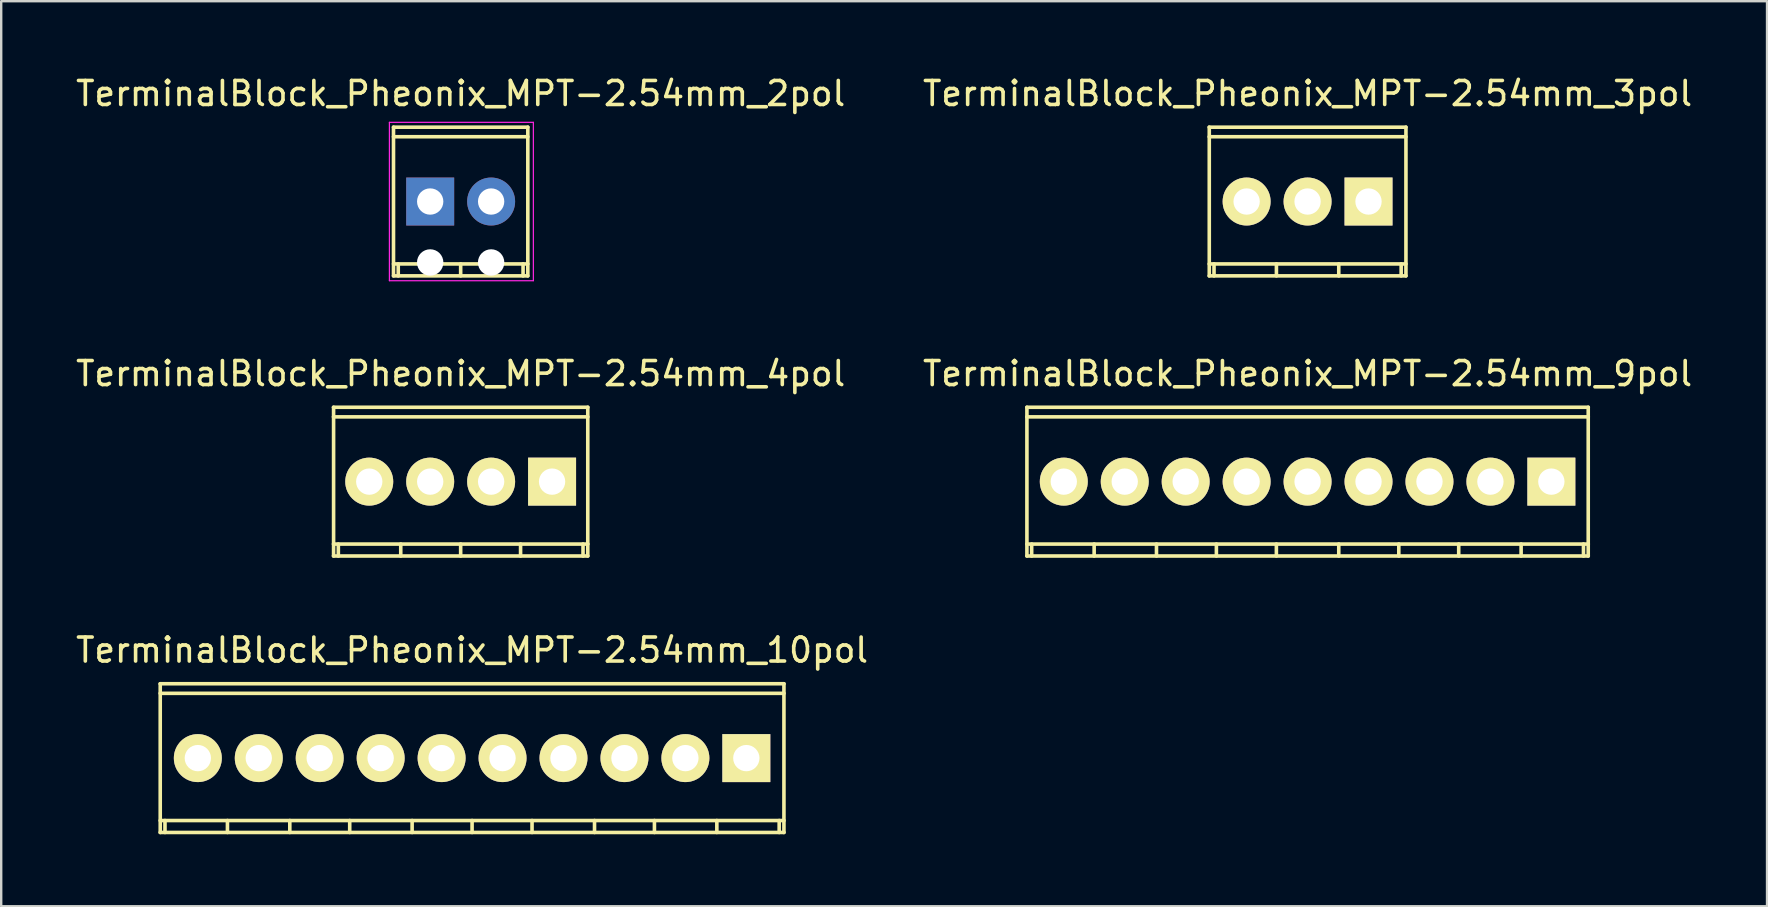
<source format=kicad_pcb>
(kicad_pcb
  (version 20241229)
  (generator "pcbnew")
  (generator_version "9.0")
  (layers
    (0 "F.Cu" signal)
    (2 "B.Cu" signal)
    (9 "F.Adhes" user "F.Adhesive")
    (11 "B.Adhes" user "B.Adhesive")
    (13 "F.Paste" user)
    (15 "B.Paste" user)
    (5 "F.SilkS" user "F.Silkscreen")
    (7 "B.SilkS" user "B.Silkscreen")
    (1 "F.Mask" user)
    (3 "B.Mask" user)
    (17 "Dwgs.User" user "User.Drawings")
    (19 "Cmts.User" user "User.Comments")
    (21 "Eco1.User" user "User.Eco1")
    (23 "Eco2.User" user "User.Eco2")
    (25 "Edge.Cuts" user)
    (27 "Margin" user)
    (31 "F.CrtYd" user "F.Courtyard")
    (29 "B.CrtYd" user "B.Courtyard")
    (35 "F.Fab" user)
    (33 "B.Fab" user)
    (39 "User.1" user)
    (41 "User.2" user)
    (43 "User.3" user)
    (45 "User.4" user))
  (footprint "TerminalBlock_Pheonix_MPT-2.54mm_3pol"
    (layer "F.Cu")
    (at 51.446 5.349)
    (property "Reference" "TerminalBlock_Pheonix_MPT-2.54mm_3pol" (at 0 -4.501 0) (layer "F.SilkS") (effects (font (size 1 1) (thickness 0.15))))
    (attr through_hole)
    (fp_line (start -4.1 3.099) (end 4.1 3.099) (stroke (width 0.15) (type solid)) (layer "F.SilkS"))
    (fp_line (start -4.097 -3.099) (end -4.097 3.099) (stroke (width 0.15) (type solid)) (layer "F.SilkS"))
    (fp_line (start -3.899 3.099) (end -3.899 2.601) (stroke (width 0.15) (type solid)) (layer "F.SilkS"))
    (fp_line (start -1.298 3.099) (end -1.298 2.601) (stroke (width 0.15) (type solid)) (layer "F.SilkS"))
    (fp_line (start 1.3 2.601) (end 1.3 3.099) (stroke (width 0.15) (type solid)) (layer "F.SilkS"))
    (fp_line (start 3.901 2.601) (end 3.901 3.099) (stroke (width 0.15) (type solid)) (layer "F.SilkS"))
    (fp_line (start 4.1 -3.099) (end -4.1 -3.099) (stroke (width 0.15) (type solid)) (layer "F.SilkS"))
    (fp_line (start 4.1 -2.7) (end -4.1 -2.7) (stroke (width 0.15) (type solid)) (layer "F.SilkS"))
    (fp_line (start 4.1 2.601) (end -4.1 2.601) (stroke (width 0.15) (type solid)) (layer "F.SilkS"))
    (fp_line (start 4.1 3.099) (end 4.1 -3.099) (stroke (width 0.15) (type solid)) (layer "F.SilkS"))
    (pad "1" thru_hole rect (at 2.54 0) (size 1.999 1.999) (drill 1.097) (layers "*.Cu" "*.Mask" "F.SilkS"))
    (pad "2" thru_hole oval (at 0 0) (size 1.999 1.999) (drill 1.097) (layers "*.Cu" "*.Mask" "F.SilkS"))
    (pad "3" thru_hole oval (at -2.54 0) (size 1.999 1.999) (drill 1.097) (layers "*.Cu" "*.Mask" "F.SilkS")))
  (footprint "TerminalBlock_Pheonix_MPT-2.54mm_9pol"
    (layer "F.Cu")
    (at 51.446 17.023)
    (property "Reference" "TerminalBlock_Pheonix_MPT-2.54mm_9pol" (at 0 -4.501 0) (layer "F.SilkS") (effects (font (size 1 1) (thickness 0.15))))
    (attr through_hole)
    (fp_line (start -11.699 -2.7) (end 11.699 -2.7) (stroke (width 0.15) (type solid)) (layer "F.SilkS"))
    (fp_line (start -11.699 3.099) (end 11.699 3.099) (stroke (width 0.15) (type solid)) (layer "F.SilkS"))
    (fp_line (start -11.697 -3.099) (end -11.697 3.099) (stroke (width 0.15) (type solid)) (layer "F.SilkS"))
    (fp_line (start -11.499 3.099) (end -11.499 2.601) (stroke (width 0.15) (type solid)) (layer "F.SilkS"))
    (fp_line (start -8.895 3.099) (end -8.895 2.601) (stroke (width 0.15) (type solid)) (layer "F.SilkS"))
    (fp_line (start -6.297 2.601) (end -6.297 3.099) (stroke (width 0.15) (type solid)) (layer "F.SilkS"))
    (fp_line (start -3.8 2.601) (end -3.8 3.099) (stroke (width 0.15) (type solid)) (layer "F.SilkS"))
    (fp_line (start -1.3 2.601) (end -1.3 3.099) (stroke (width 0.15) (type solid)) (layer "F.SilkS"))
    (fp_line (start 1.3 2.601) (end 1.3 3.099) (stroke (width 0.15) (type solid)) (layer "F.SilkS"))
    (fp_line (start 3.802 2.601) (end 3.802 3.099) (stroke (width 0.15) (type solid)) (layer "F.SilkS"))
    (fp_line (start 6.299 2.601) (end 6.299 3.099) (stroke (width 0.15) (type solid)) (layer "F.SilkS"))
    (fp_line (start 8.9 2.601) (end 8.9 3.099) (stroke (width 0.15) (type solid)) (layer "F.SilkS"))
    (fp_line (start 11.499 2.601) (end 11.499 3.099) (stroke (width 0.15) (type solid)) (layer "F.SilkS"))
    (fp_line (start 11.697 3.099) (end 11.697 -3.099) (stroke (width 0.15) (type solid)) (layer "F.SilkS"))
    (fp_line (start 11.699 -3.099) (end -11.699 -3.099) (stroke (width 0.15) (type solid)) (layer "F.SilkS"))
    (fp_line (start 11.699 2.601) (end -11.699 2.601) (stroke (width 0.15) (type solid)) (layer "F.SilkS"))
    (pad "1" thru_hole rect (at 10.16 0) (size 1.999 1.999) (drill 1.097) (layers "*.Cu" "*.Mask" "F.SilkS"))
    (pad "2" thru_hole oval (at 7.62 0) (size 1.999 1.999) (drill 1.097) (layers "*.Cu" "*.Mask" "F.SilkS"))
    (pad "3" thru_hole oval (at 5.08 0) (size 1.999 1.999) (drill 1.097) (layers "*.Cu" "*.Mask" "F.SilkS"))
    (pad "4" thru_hole oval (at 2.54 0) (size 1.999 1.999) (drill 1.097) (layers "*.Cu" "*.Mask" "F.SilkS"))
    (pad "5" thru_hole oval (at 0 0) (size 1.999 1.999) (drill 1.097) (layers "*.Cu" "*.Mask" "F.SilkS"))
    (pad "6" thru_hole oval (at -2.54 0) (size 1.999 1.999) (drill 1.097) (layers "*.Cu" "*.Mask" "F.SilkS"))
    (pad "7" thru_hole oval (at -5.08 0) (size 1.999 1.999) (drill 1.097) (layers "*.Cu" "*.Mask" "F.SilkS"))
    (pad "8" thru_hole oval (at -7.62 0) (size 1.999 1.999) (drill 1.097) (layers "*.Cu" "*.Mask" "F.SilkS"))
    (pad "9" thru_hole oval (at -10.16 0) (size 1.999 1.999) (drill 1.097) (layers "*.Cu" "*.Mask" "F.SilkS")))
  (footprint "TerminalBlock_Pheonix_MPT-2.54mm_4pol"
    (layer "F.Cu")
    (at 16.149 17.023)
    (property "Reference" "TerminalBlock_Pheonix_MPT-2.54mm_4pol" (at 0 -4.501 0) (layer "F.SilkS") (effects (font (size 1 1) (thickness 0.15))))
    (attr through_hole)
    (fp_line (start -5.301 -2.7) (end 5.301 -2.7) (stroke (width 0.15) (type solid)) (layer "F.SilkS"))
    (fp_line (start -5.301 2.601) (end 5.301 2.601) (stroke (width 0.15) (type solid)) (layer "F.SilkS"))
    (fp_line (start -5.296 -3.099) (end -5.296 3.099) (stroke (width 0.15) (type solid)) (layer "F.SilkS"))
    (fp_line (start -5.098 3.099) (end -5.098 2.601) (stroke (width 0.15) (type solid)) (layer "F.SilkS"))
    (fp_line (start -2.497 3.099) (end -2.497 2.601) (stroke (width 0.15) (type solid)) (layer "F.SilkS"))
    (fp_line (start 0 2.601) (end 0 3.099) (stroke (width 0.15) (type solid)) (layer "F.SilkS"))
    (fp_line (start 2.497 2.601) (end 2.497 3.099) (stroke (width 0.15) (type solid)) (layer "F.SilkS"))
    (fp_line (start 5.1 2.601) (end 5.1 3.099) (stroke (width 0.15) (type solid)) (layer "F.SilkS"))
    (fp_line (start 5.298 3.099) (end 5.298 -3.099) (stroke (width 0.15) (type solid)) (layer "F.SilkS"))
    (fp_line (start 5.301 -3.099) (end -5.301 -3.099) (stroke (width 0.15) (type solid)) (layer "F.SilkS"))
    (fp_line (start 5.301 3.099) (end -5.301 3.099) (stroke (width 0.15) (type solid)) (layer "F.SilkS"))
    (pad "1" thru_hole rect (at 3.81 0) (size 1.999 1.999) (drill 1.097) (layers "*.Cu" "*.Mask" "F.SilkS"))
    (pad "2" thru_hole oval (at 1.27 0) (size 1.999 1.999) (drill 1.097) (layers "*.Cu" "*.Mask" "F.SilkS"))
    (pad "3" thru_hole oval (at -1.27 0) (size 1.999 1.999) (drill 1.097) (layers "*.Cu" "*.Mask" "F.SilkS"))
    (pad "4" thru_hole oval (at -3.81 0) (size 1.999 1.999) (drill 1.097) (layers "*.Cu" "*.Mask" "F.SilkS")))
  (footprint "TerminalBlock_Pheonix_MPT-2.54mm_2pol"
    (layer "F.Cu")
    (at 14.879 5.349)
    (property "Reference" "TerminalBlock_Pheonix_MPT-2.54mm_2pol" (at 1.27 -4.501 0) (layer "F.SilkS") (effects (font (size 1 1) (thickness 0.15))))
    (attr through_hole)
    (fp_line (start -1.529 -3.099) (end -1.529 3.099) (stroke (width 0.15) (type solid)) (layer "F.SilkS"))
    (fp_line (start -1.529 -2.7) (end 4.069 -2.7) (stroke (width 0.15) (type solid)) (layer "F.SilkS"))
    (fp_line (start -1.529 3.099) (end 4.069 3.099) (stroke (width 0.15) (type solid)) (layer "F.SilkS"))
    (fp_line (start -1.331 3.099) (end -1.331 2.601) (stroke (width 0.15) (type solid)) (layer "F.SilkS"))
    (fp_line (start 1.27 3.099) (end 1.27 2.601) (stroke (width 0.15) (type solid)) (layer "F.SilkS"))
    (fp_line (start 3.871 2.601) (end 3.871 3.099) (stroke (width 0.15) (type solid)) (layer "F.SilkS"))
    (fp_line (start 4.069 -3.099) (end -1.529 -3.099) (stroke (width 0.15) (type solid)) (layer "F.SilkS"))
    (fp_line (start 4.069 2.601) (end -1.529 2.601) (stroke (width 0.15) (type solid)) (layer "F.SilkS"))
    (fp_line (start 4.069 3.099) (end 4.069 -3.099) (stroke (width 0.15) (type solid)) (layer "F.SilkS"))
    (fp_line (start -1.7 -3.3) (end 4.3 -3.3) (stroke (width 0.05) (type solid)) (layer "F.CrtYd"))
    (fp_line (start -1.7 3.3) (end -1.7 -3.3) (stroke (width 0.05) (type solid)) (layer "F.CrtYd"))
    (fp_line (start 4.3 -3.3) (end 4.3 3.3) (stroke (width 0.05) (type solid)) (layer "F.CrtYd"))
    (fp_line (start 4.3 3.3) (end -1.7 3.3) (stroke (width 0.05) (type solid)) (layer "F.CrtYd"))
    (pad "" np_thru_hole circle (at 0 2.54) (size 1.1 1.1) (drill 1.1) (layers "*.Cu" "*.Mask"))
    (pad "" np_thru_hole circle (at 2.54 2.54) (size 1.1 1.1) (drill 1.1) (layers "*.Cu" "*.Mask"))
    (pad "1" thru_hole rect (at 0 0) (size 1.999 1.999) (drill 1.097) (layers "*.Cu" "*.Mask"))
    (pad "2" thru_hole oval (at 2.54 0) (size 1.999 1.999) (drill 1.097) (layers "*.Cu" "*.Mask")))
  (footprint "TerminalBlock_Pheonix_MPT-2.54mm_10pol"
    (layer "F.Cu")
    (at 16.625 28.546)
    (property "Reference" "TerminalBlock_Pheonix_MPT-2.54mm_10pol" (at 0 -4.501 0) (layer "F.SilkS") (effects (font (size 1 1) (thickness 0.15))))
    (attr through_hole)
    (fp_line (start -13 -3.099) (end 13 -3.099) (stroke (width 0.15) (type solid)) (layer "F.SilkS"))
    (fp_line (start -13 3.099) (end 13 3.099) (stroke (width 0.15) (type solid)) (layer "F.SilkS"))
    (fp_line (start -12.997 -3.099) (end -12.997 3.099) (stroke (width 0.15) (type solid)) (layer "F.SilkS"))
    (fp_line (start -12.799 3.099) (end -12.799 2.601) (stroke (width 0.15) (type solid)) (layer "F.SilkS"))
    (fp_line (start -10.196 3.099) (end -10.196 2.601) (stroke (width 0.15) (type solid)) (layer "F.SilkS"))
    (fp_line (start -7.597 2.601) (end -7.597 3.099) (stroke (width 0.15) (type solid)) (layer "F.SilkS"))
    (fp_line (start -5.1 2.601) (end -5.1 3.099) (stroke (width 0.15) (type solid)) (layer "F.SilkS"))
    (fp_line (start -2.499 2.601) (end -2.499 3.099) (stroke (width 0.15) (type solid)) (layer "F.SilkS"))
    (fp_line (start 0 2.601) (end 0 3.099) (stroke (width 0.15) (type solid)) (layer "F.SilkS"))
    (fp_line (start 2.499 2.601) (end 2.499 3.099) (stroke (width 0.15) (type solid)) (layer "F.SilkS"))
    (fp_line (start 5.103 2.601) (end 5.103 3.099) (stroke (width 0.15) (type solid)) (layer "F.SilkS"))
    (fp_line (start 7.6 2.601) (end 7.6 3.099) (stroke (width 0.15) (type solid)) (layer "F.SilkS"))
    (fp_line (start 10.201 2.601) (end 10.201 3.099) (stroke (width 0.15) (type solid)) (layer "F.SilkS"))
    (fp_line (start 12.799 2.601) (end 12.799 3.099) (stroke (width 0.15) (type solid)) (layer "F.SilkS"))
    (fp_line (start 12.997 3.099) (end 12.997 -3.099) (stroke (width 0.15) (type solid)) (layer "F.SilkS"))
    (fp_line (start 13 -2.7) (end -13 -2.7) (stroke (width 0.15) (type solid)) (layer "F.SilkS"))
    (fp_line (start 13 2.601) (end -13 2.601) (stroke (width 0.15) (type solid)) (layer "F.SilkS"))
    (pad "1" thru_hole rect (at 11.43 0) (size 1.999 1.999) (drill 1.097) (layers "*.Cu" "*.Mask" "F.SilkS"))
    (pad "2" thru_hole oval (at 8.89 0) (size 1.999 1.999) (drill 1.097) (layers "*.Cu" "*.Mask" "F.SilkS"))
    (pad "3" thru_hole oval (at 6.35 0) (size 1.999 1.999) (drill 1.097) (layers "*.Cu" "*.Mask" "F.SilkS"))
    (pad "4" thru_hole oval (at 3.81 0) (size 1.999 1.999) (drill 1.097) (layers "*.Cu" "*.Mask" "F.SilkS"))
    (pad "5" thru_hole oval (at 1.27 0) (size 1.999 1.999) (drill 1.097) (layers "*.Cu" "*.Mask" "F.SilkS"))
    (pad "6" thru_hole oval (at -1.27 0) (size 1.999 1.999) (drill 1.097) (layers "*.Cu" "*.Mask" "F.SilkS"))
    (pad "7" thru_hole oval (at -3.81 0) (size 1.999 1.999) (drill 1.097) (layers "*.Cu" "*.Mask" "F.SilkS"))
    (pad "8" thru_hole oval (at -6.35 0) (size 1.999 1.999) (drill 1.097) (layers "*.Cu" "*.Mask" "F.SilkS"))
    (pad "9" thru_hole oval (at -8.89 0) (size 1.999 1.999) (drill 1.097) (layers "*.Cu" "*.Mask" "F.SilkS"))
    (pad "10" thru_hole oval (at -11.43 0) (size 1.999 1.999) (drill 1.097) (layers "*.Cu" "*.Mask" "F.SilkS")))
  (gr_rect
    (start -3 -3)
    (end 70.595 34.72)
    (stroke (width 0.1) (type default))
    (fill no)
    (layer "Edge.Cuts")))
</source>
